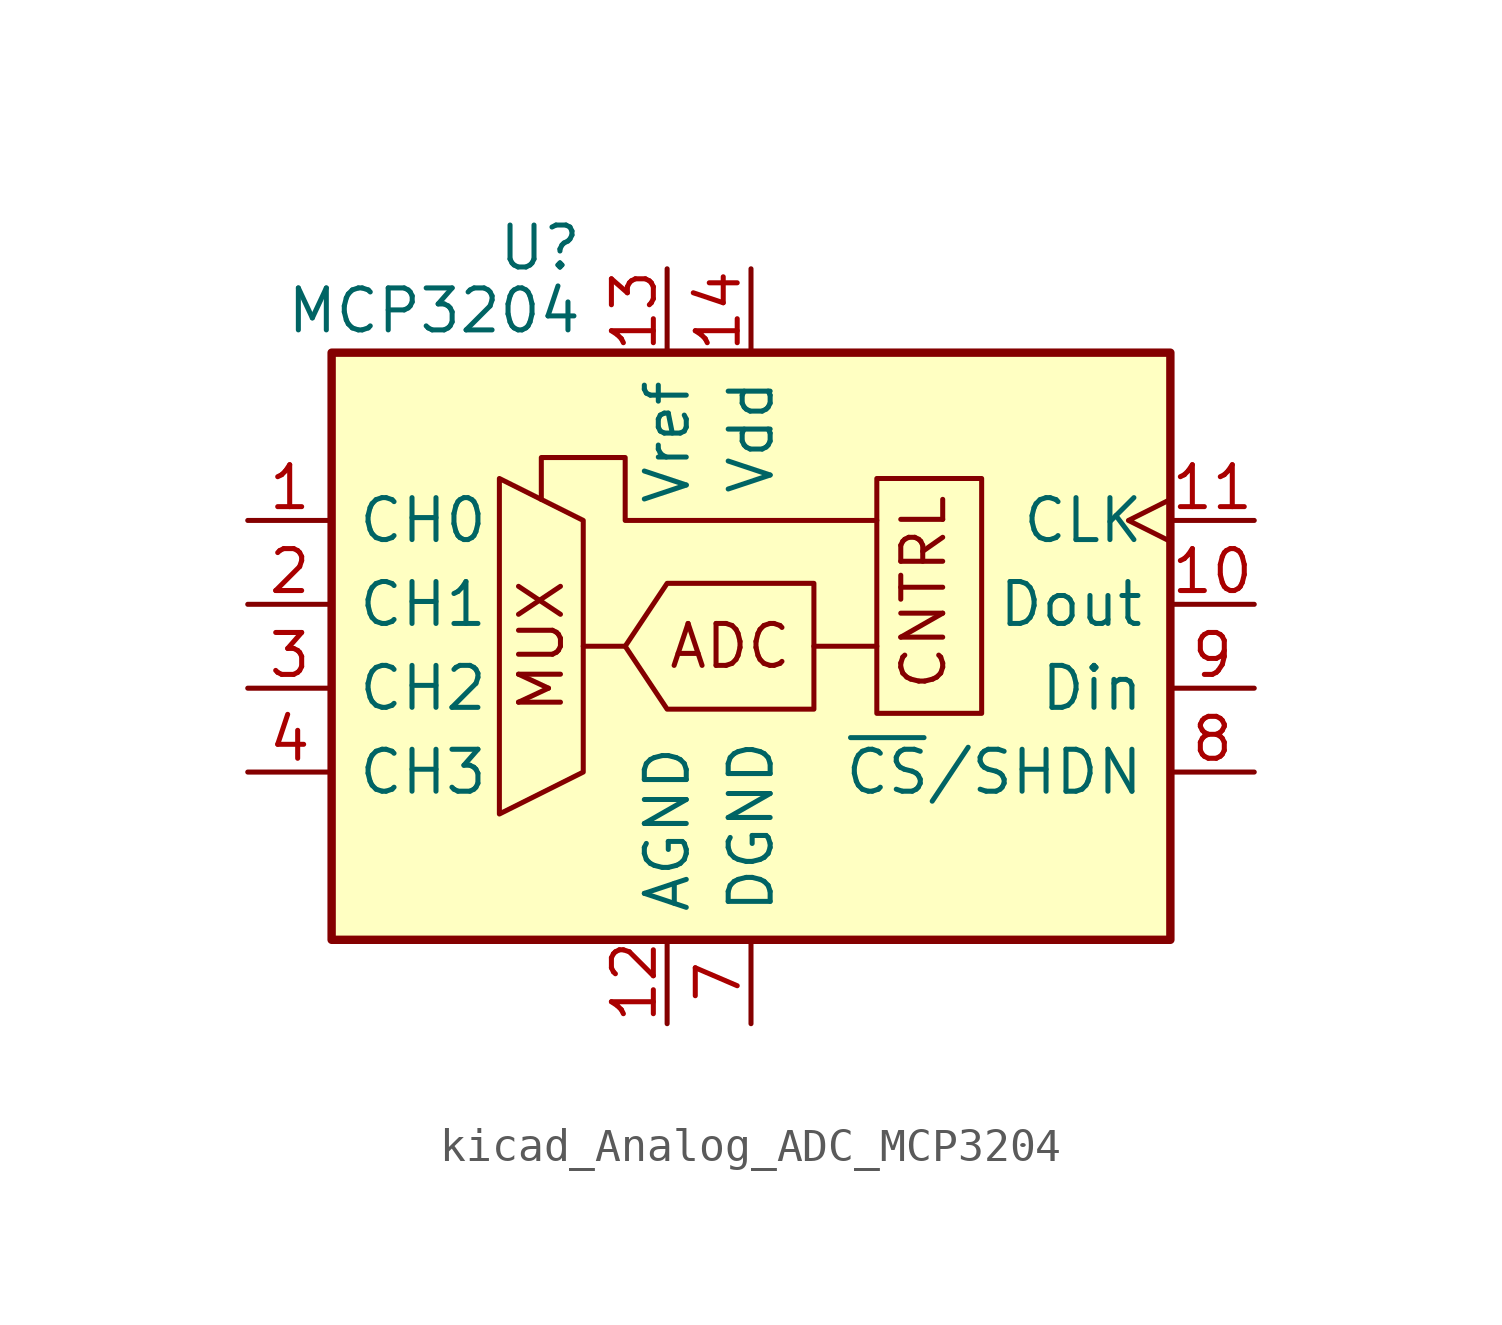
<source format=kicad_sym>
(kicad_symbol_lib
  (version 20220914)
  (generator kicad_symbol_editor)
  (symbol "kicad_Analog_ADC_MCP3204"
    (pin_names
      (offset 0.762))
    (property "Reference" "U"
      (at -5.08 10.795 0)
      (effects (font (size 1.27 1.27)) (justify right)))
    (property "Value" "MCP3204"
      (at -5.08 8.89 0)
      (effects (font (size 1.27 1.27)) (justify right)))
    (symbol "kicad_Analog_ADC_MCP3204_0_0"
      (text "ADC" (at -0.635 -1.27 0) (effects (font (size 1.27 1.27))))
      (text "CNTRL" (at 5.969 -2.667 900) (effects (font (size 1.27 1.27)) (justify left bottom)))
      (text "MUX" (at -6.35 -1.27 900) (effects (font (size 1.27 1.27)))))
    (symbol "kicad_Analog_ADC_MCP3204_0_1"
      (polyline (pts (xy -5.08 -1.27) (xy -3.81 -1.27)) (stroke (width 0) (type default)) (fill (type none)))
      (polyline (pts (xy 1.905 -1.27) (xy 3.81 -1.27)) (stroke (width 0) (type default)) (fill (type none)))
      (polyline (pts (xy -7.62 3.81) (xy -7.62 -6.35) (xy -5.08 -5.08) (xy -5.08 2.54) (xy -7.62 3.81)) (stroke (width 0) (type default)) (fill (type none)))
      (polyline (pts (xy 3.81 2.54) (xy -3.81 2.54) (xy -3.81 4.445) (xy -6.35 4.445) (xy -6.35 3.175)) (stroke (width 0) (type default)) (fill (type none)))
      (polyline (pts (xy -3.81 -1.27) (xy -2.54 0.635) (xy 1.905 0.635) (xy 1.905 -3.175) (xy -2.54 -3.175) (xy -3.81 -1.27)) (stroke (width 0) (type default)) (fill (type none)))
      (rectangle (start 3.81 -3.302) (end 6.985 3.81) (stroke (width 0) (type default)) (fill (type none)))
      (rectangle (start 12.7 7.62) (end -12.7 -10.16) (stroke (width 0.254) (type default)) (fill (type background))))
    (symbol "kicad_Analog_ADC_MCP3204_1_1"
      (pin input line (at -15.24 2.54 0) (length 2.54) (name "CH0" (effects (font (size 1.27 1.27)))) (number "1" (effects (font (size 1.27 1.27)))))
      (pin output line (at 15.24 0 180) (length 2.54) (name "Dout" (effects (font (size 1.27 1.27)))) (number "10" (effects (font (size 1.27 1.27)))))
      (pin input clock (at 15.24 2.54 180) (length 2.54) (name "CLK" (effects (font (size 1.27 1.27)))) (number "11" (effects (font (size 1.27 1.27)))))
      (pin power_in line (at -2.54 -12.7 90) (length 2.54) (name "AGND" (effects (font (size 1.27 1.27)))) (number "12" (effects (font (size 1.27 1.27)))))
      (pin power_in line (at -2.54 10.16 270) (length 2.54) (name "Vref" (effects (font (size 1.27 1.27)))) (number "13" (effects (font (size 1.27 1.27)))))
      (pin power_in line (at 0 10.16 270) (length 2.54) (name "Vdd" (effects (font (size 1.27 1.27)))) (number "14" (effects (font (size 1.27 1.27)))))
      (pin input line (at -15.24 0 0) (length 2.54) (name "CH1" (effects (font (size 1.27 1.27)))) (number "2" (effects (font (size 1.27 1.27)))))
      (pin input line (at -15.24 -2.54 0) (length 2.54) (name "CH2" (effects (font (size 1.27 1.27)))) (number "3" (effects (font (size 1.27 1.27)))))
      (pin input line (at -15.24 -5.08 0) (length 2.54) (name "CH3" (effects (font (size 1.27 1.27)))) (number "4" (effects (font (size 1.27 1.27)))))
      (pin no_connect line (at -10.16 -10.16 90) (length 2.54) hide (name "NC" (effects (font (size 1.27 1.27)))) (number "5" (effects (font (size 1.27 1.27)))))
      (pin no_connect line (at -7.62 -10.16 90) (length 2.54) hide (name "NC" (effects (font (size 1.27 1.27)))) (number "6" (effects (font (size 1.27 1.27)))))
      (pin power_in line (at 0 -12.7 90) (length 2.54) (name "DGND" (effects (font (size 1.27 1.27)))) (number "7" (effects (font (size 1.27 1.27)))))
      (pin input line (at 15.24 -5.08 180) (length 2.54) (name "~{CS}/SHDN" (effects (font (size 1.27 1.27)))) (number "8" (effects (font (size 1.27 1.27)))))
      (pin input line (at 15.24 -2.54 180) (length 2.54) (name "Din" (effects (font (size 1.27 1.27)))) (number "9" (effects (font (size 1.27 1.27))))))))
</source>
